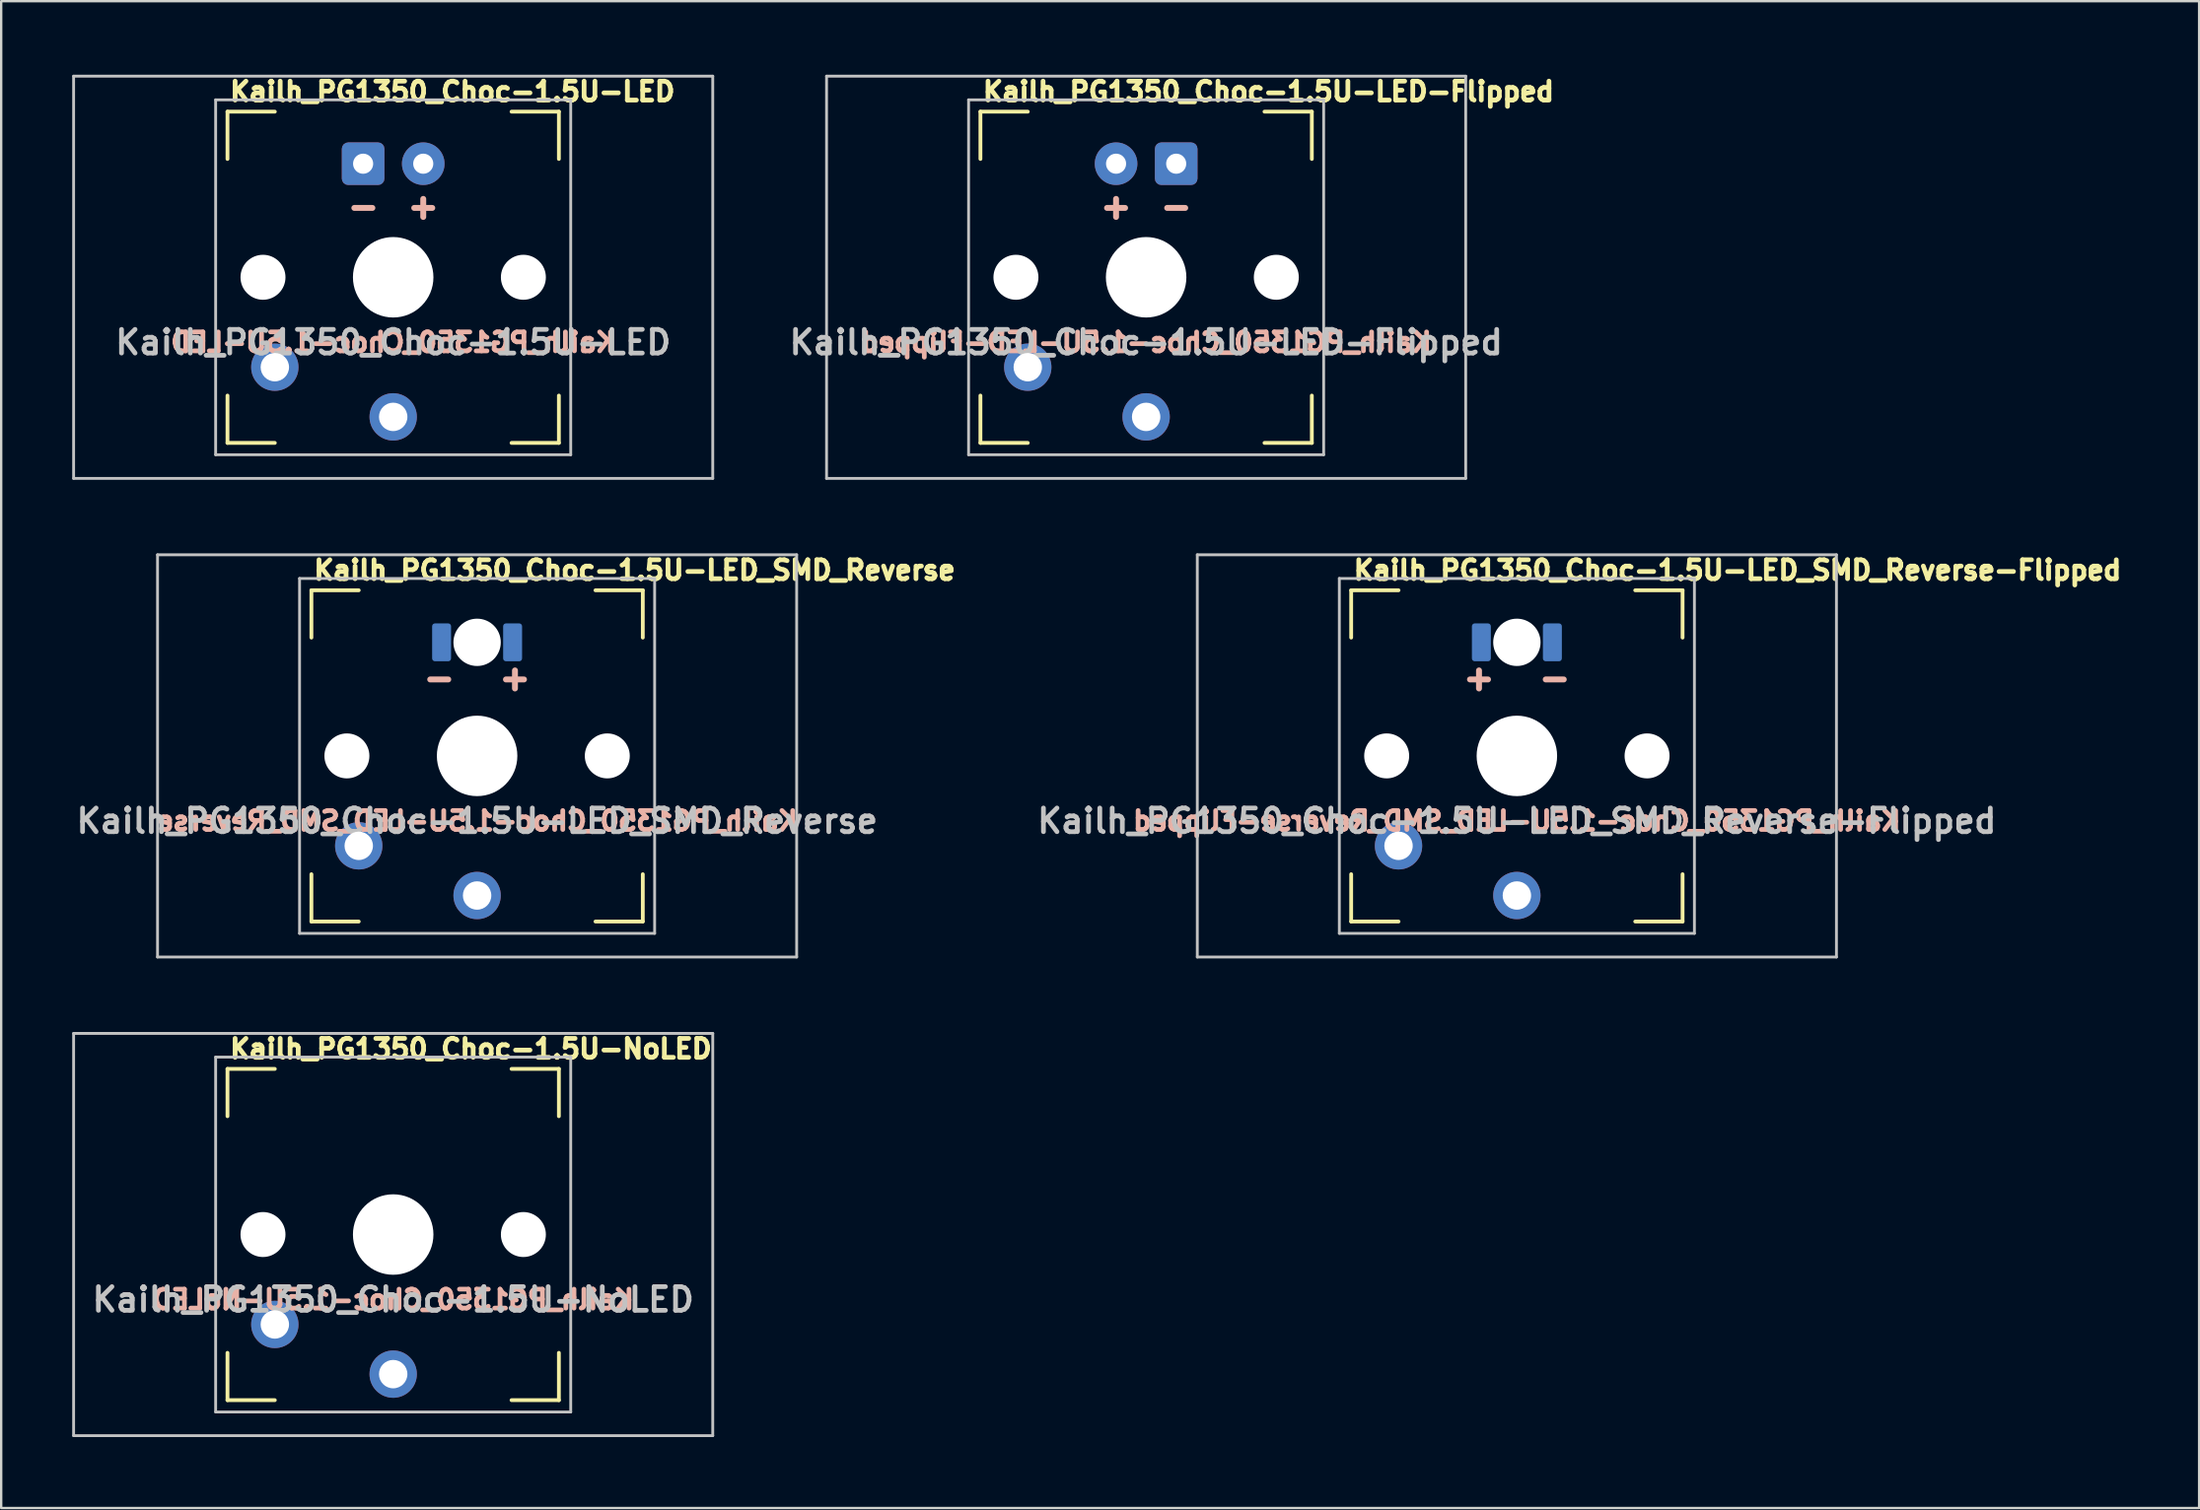
<source format=kicad_pcb>
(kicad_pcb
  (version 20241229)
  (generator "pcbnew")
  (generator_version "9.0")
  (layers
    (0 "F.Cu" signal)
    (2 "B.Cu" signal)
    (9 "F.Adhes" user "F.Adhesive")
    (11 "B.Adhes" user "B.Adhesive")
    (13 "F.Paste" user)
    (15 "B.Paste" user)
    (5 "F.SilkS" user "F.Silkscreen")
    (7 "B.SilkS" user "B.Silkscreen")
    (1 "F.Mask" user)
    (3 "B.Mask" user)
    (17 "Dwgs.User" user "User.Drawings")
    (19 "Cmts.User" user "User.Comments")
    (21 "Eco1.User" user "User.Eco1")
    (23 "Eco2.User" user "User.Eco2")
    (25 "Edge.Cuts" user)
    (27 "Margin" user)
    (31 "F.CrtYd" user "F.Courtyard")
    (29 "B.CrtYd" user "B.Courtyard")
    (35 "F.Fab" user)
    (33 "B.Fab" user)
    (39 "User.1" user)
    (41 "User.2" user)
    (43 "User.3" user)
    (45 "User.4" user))
  (footprint "Kailh_PG1350_Choc-1.5U-LED_SMD_Reverse"
    (layer "F.Cu")
    (at 17.105 28.898)
    (property "Reference" "Kailh_PG1350_Choc-1.5U-LED_SMD_Reverse" (at 0 2.75 180) (layer "Dwgs.User") (effects (font (size 1 1) (thickness 0.2))))
    (attr through_hole)
    (fp_line (start -7 -7) (end -7 -5) (stroke (width 0.16) (type solid)) (layer "F.SilkS"))
    (fp_line (start -7 -7) (end -5 -7) (stroke (width 0.16) (type solid)) (layer "F.SilkS"))
    (fp_line (start -7 7) (end -7 5) (stroke (width 0.16) (type solid)) (layer "F.SilkS"))
    (fp_line (start -5 7) (end -7 7) (stroke (width 0.16) (type solid)) (layer "F.SilkS"))
    (fp_line (start 5 -7) (end 7 -7) (stroke (width 0.16) (type solid)) (layer "F.SilkS"))
    (fp_line (start 7 -7) (end 7 -5) (stroke (width 0.16) (type solid)) (layer "F.SilkS"))
    (fp_line (start 7 5) (end 7 7) (stroke (width 0.16) (type solid)) (layer "F.SilkS"))
    (fp_line (start 7 7) (end 5 7) (stroke (width 0.16) (type solid)) (layer "F.SilkS"))
    (fp_line (start -13.5 -8.5) (end 13.5 -8.5) (stroke (width 0.12) (type solid)) (layer "Dwgs.User"))
    (fp_line (start -13.5 8.5) (end -13.5 -8.5) (stroke (width 0.12) (type solid)) (layer "Dwgs.User"))
    (fp_line (start -7.5 -7.5) (end 7.5 -7.5) (stroke (width 0.12) (type solid)) (layer "Dwgs.User"))
    (fp_line (start -7.5 7.5) (end -7.5 -7.5) (stroke (width 0.12) (type solid)) (layer "Dwgs.User"))
    (fp_line (start 7.5 -7.5) (end 7.5 7.5) (stroke (width 0.12) (type solid)) (layer "Dwgs.User"))
    (fp_line (start 7.5 7.5) (end -7.5 7.5) (stroke (width 0.12) (type solid)) (layer "Dwgs.User"))
    (fp_line (start 13.5 -8.5) (end 13.5 8.5) (stroke (width 0.12) (type solid)) (layer "Dwgs.User"))
    (fp_line (start 13.5 8.5) (end -13.5 8.5) (stroke (width 0.12) (type solid)) (layer "Dwgs.User"))
    (fp_line (start -7 -7) (end 7 -7) (stroke (width 0.12) (type solid)) (layer "Eco1.User"))
    (fp_line (start -7 7) (end -7 -7) (stroke (width 0.12) (type solid)) (layer "Eco1.User"))
    (fp_line (start 7 -7) (end 7 7) (stroke (width 0.12) (type solid)) (layer "Eco1.User"))
    (fp_line (start 7 7) (end -7 7) (stroke (width 0.12) (type solid)) (layer "Eco1.User"))
    (fp_text user "${REFERENCE}" (at -7 -7.85 0) (layer "F.SilkS") (effects (font (size 0.8 0.8) (thickness 0.2)) (justify left)))
    (fp_text user "${REFERENCE}" (at 0 2.75 0) (layer "B.SilkS") (effects (font (size 0.8 0.8) (thickness 0.2)) (justify mirror)))
    (fp_text user "+" (at 1.6 -3.3 180) (layer "B.SilkS") (effects (font (size 1 1) (thickness 0.25)) (justify mirror)))
    (fp_text user "-" (at -1.6 -3.3 180) (layer "B.SilkS") (effects (font (size 1 1) (thickness 0.25)) (justify mirror)))
    (pad "" np_thru_hole circle (at -5.5 0) (size 1.9 1.9) (drill 1.9) (layers "*.Cu" "*.Mask"))
    (pad "" np_thru_hole circle (at 0 -4.8) (size 2 2) (drill 2) (layers "*.Cu" "*.Mask"))
    (pad "" np_thru_hole circle (at 0 0) (size 3.4 3.4) (drill 3.4) (layers "*.Cu" "*.Mask"))
    (pad "" np_thru_hole circle (at 5.5 0) (size 1.9 1.9) (drill 1.9) (layers "*.Cu" "*.Mask"))
    (pad "1" thru_hole circle (at 0 5.9 180) (size 2 2) (drill 1.2) (layers "*.Cu" "B.Mask"))
    (pad "2" thru_hole circle (at -5 3.8 41.9) (size 2 2) (drill 1.2) (layers "*.Cu" "B.Mask"))
    (pad "3" smd roundrect (at 1.5 -4.8 180) (size 0.8 1.6) (layers "B.Cu" "B.Mask" "B.Paste") (roundrect_rratio 0.15))
    (pad "4" smd roundrect (at -1.5 -4.8 180) (size 0.8 1.6) (layers "B.Cu" "B.Mask" "B.Paste") (roundrect_rratio 0.15)))
  (footprint "Kailh_PG1350_Choc-1.5U-LED-Flipped"
    (layer "F.Cu")
    (at 45.368 8.669)
    (property "Reference" "Kailh_PG1350_Choc-1.5U-LED-Flipped" (at 0 2.75 180) (layer "Dwgs.User") (effects (font (size 1 1) (thickness 0.2))))
    (attr through_hole)
    (fp_line (start -7 -7) (end -7 -5) (stroke (width 0.16) (type solid)) (layer "F.SilkS"))
    (fp_line (start -7 -7) (end -5 -7) (stroke (width 0.16) (type solid)) (layer "F.SilkS"))
    (fp_line (start -7 7) (end -7 5) (stroke (width 0.16) (type solid)) (layer "F.SilkS"))
    (fp_line (start -5 7) (end -7 7) (stroke (width 0.16) (type solid)) (layer "F.SilkS"))
    (fp_line (start 5 -7) (end 7 -7) (stroke (width 0.16) (type solid)) (layer "F.SilkS"))
    (fp_line (start 7 -7) (end 7 -5) (stroke (width 0.16) (type solid)) (layer "F.SilkS"))
    (fp_line (start 7 5) (end 7 7) (stroke (width 0.16) (type solid)) (layer "F.SilkS"))
    (fp_line (start 7 7) (end 5 7) (stroke (width 0.16) (type solid)) (layer "F.SilkS"))
    (fp_line (start -13.5 -8.5) (end 13.5 -8.5) (stroke (width 0.12) (type solid)) (layer "Dwgs.User"))
    (fp_line (start -13.5 8.5) (end -13.5 -8.5) (stroke (width 0.12) (type solid)) (layer "Dwgs.User"))
    (fp_line (start -7.5 -7.5) (end 7.5 -7.5) (stroke (width 0.12) (type solid)) (layer "Dwgs.User"))
    (fp_line (start -7.5 7.5) (end -7.5 -7.5) (stroke (width 0.12) (type solid)) (layer "Dwgs.User"))
    (fp_line (start 7.5 -7.5) (end 7.5 7.5) (stroke (width 0.12) (type solid)) (layer "Dwgs.User"))
    (fp_line (start 7.5 7.5) (end -7.5 7.5) (stroke (width 0.12) (type solid)) (layer "Dwgs.User"))
    (fp_line (start 13.5 -8.5) (end 13.5 8.5) (stroke (width 0.12) (type solid)) (layer "Dwgs.User"))
    (fp_line (start 13.5 8.5) (end -13.5 8.5) (stroke (width 0.12) (type solid)) (layer "Dwgs.User"))
    (fp_line (start -7 -7) (end 7 -7) (stroke (width 0.12) (type solid)) (layer "Eco1.User"))
    (fp_line (start -7 7) (end -7 -7) (stroke (width 0.12) (type solid)) (layer "Eco1.User"))
    (fp_line (start 7 -7) (end 7 7) (stroke (width 0.12) (type solid)) (layer "Eco1.User"))
    (fp_line (start 7 7) (end -7 7) (stroke (width 0.12) (type solid)) (layer "Eco1.User"))
    (fp_text user "${REFERENCE}" (at -7 -7.85 0) (layer "F.SilkS") (effects (font (size 0.8 0.8) (thickness 0.2)) (justify left)))
    (fp_text user "+" (at -1.27 -3 180) (layer "B.SilkS") (effects (font (size 1 1) (thickness 0.25)) (justify mirror)))
    (fp_text user "-" (at 1.27 -3 180) (layer "B.SilkS") (effects (font (size 1 1) (thickness 0.25)) (justify mirror)))
    (fp_text user "${REFERENCE}" (at 0 2.75 0) (layer "B.SilkS") (effects (font (size 0.8 0.8) (thickness 0.2)) (justify mirror)))
    (pad "" np_thru_hole circle (at -5.5 0) (size 1.9 1.9) (drill 1.9) (layers "*.Cu" "*.Mask"))
    (pad "" np_thru_hole circle (at 0 0) (size 3.4 3.4) (drill 3.4) (layers "*.Cu" "*.Mask"))
    (pad "" np_thru_hole circle (at 5.5 0) (size 1.9 1.9) (drill 1.9) (layers "*.Cu" "*.Mask"))
    (pad "1" thru_hole circle (at -5 3.8 41.9) (size 2 2) (drill 1.2) (layers "*.Cu" "B.Mask"))
    (pad "2" thru_hole circle (at 0 5.9 180) (size 2 2) (drill 1.2) (layers "*.Cu" "B.Mask"))
    (pad "3" thru_hole circle (at -1.27 -4.8 180) (size 1.8 1.8) (drill 0.85) (layers "*.Cu" "B.Mask"))
    (pad "4" thru_hole roundrect (at 1.27 -4.8 180) (size 1.8 1.8) (drill 0.85) (layers "*.Cu" "B.Mask") (roundrect_rratio 0.15)))
  (footprint "Kailh_PG1350_Choc-1.5U-LED"
    (layer "F.Cu")
    (at 13.56 8.669)
    (property "Reference" "Kailh_PG1350_Choc-1.5U-LED" (at 0 2.75 180) (layer "Dwgs.User") (effects (font (size 1 1) (thickness 0.2))))
    (attr through_hole)
    (fp_line (start -7 -7) (end -7 -5) (stroke (width 0.16) (type solid)) (layer "F.SilkS"))
    (fp_line (start -7 -7) (end -5 -7) (stroke (width 0.16) (type solid)) (layer "F.SilkS"))
    (fp_line (start -7 7) (end -7 5) (stroke (width 0.16) (type solid)) (layer "F.SilkS"))
    (fp_line (start -5 7) (end -7 7) (stroke (width 0.16) (type solid)) (layer "F.SilkS"))
    (fp_line (start 5 -7) (end 7 -7) (stroke (width 0.16) (type solid)) (layer "F.SilkS"))
    (fp_line (start 7 -7) (end 7 -5) (stroke (width 0.16) (type solid)) (layer "F.SilkS"))
    (fp_line (start 7 5) (end 7 7) (stroke (width 0.16) (type solid)) (layer "F.SilkS"))
    (fp_line (start 7 7) (end 5 7) (stroke (width 0.16) (type solid)) (layer "F.SilkS"))
    (fp_line (start -13.5 -8.5) (end 13.5 -8.5) (stroke (width 0.12) (type solid)) (layer "Dwgs.User"))
    (fp_line (start -13.5 8.5) (end -13.5 -8.5) (stroke (width 0.12) (type solid)) (layer "Dwgs.User"))
    (fp_line (start -7.5 -7.5) (end 7.5 -7.5) (stroke (width 0.12) (type solid)) (layer "Dwgs.User"))
    (fp_line (start -7.5 7.5) (end -7.5 -7.5) (stroke (width 0.12) (type solid)) (layer "Dwgs.User"))
    (fp_line (start 7.5 -7.5) (end 7.5 7.5) (stroke (width 0.12) (type solid)) (layer "Dwgs.User"))
    (fp_line (start 7.5 7.5) (end -7.5 7.5) (stroke (width 0.12) (type solid)) (layer "Dwgs.User"))
    (fp_line (start 13.5 -8.5) (end 13.5 8.5) (stroke (width 0.12) (type solid)) (layer "Dwgs.User"))
    (fp_line (start 13.5 8.5) (end -13.5 8.5) (stroke (width 0.12) (type solid)) (layer "Dwgs.User"))
    (fp_line (start -7 -7) (end 7 -7) (stroke (width 0.12) (type solid)) (layer "Eco1.User"))
    (fp_line (start -7 7) (end -7 -7) (stroke (width 0.12) (type solid)) (layer "Eco1.User"))
    (fp_line (start 7 -7) (end 7 7) (stroke (width 0.12) (type solid)) (layer "Eco1.User"))
    (fp_line (start 7 7) (end -7 7) (stroke (width 0.12) (type solid)) (layer "Eco1.User"))
    (fp_text user "${REFERENCE}" (at -7 -7.85 0) (layer "F.SilkS") (effects (font (size 0.8 0.8) (thickness 0.2)) (justify left)))
    (fp_text user "-" (at -1.26 -3 180) (layer "B.SilkS") (effects (font (size 1 1) (thickness 0.25)) (justify mirror)))
    (fp_text user "+" (at 1.27 -3 180) (layer "B.SilkS") (effects (font (size 1 1) (thickness 0.25)) (justify mirror)))
    (fp_text user "${REFERENCE}" (at 0 2.75 0) (layer "B.SilkS") (effects (font (size 0.8 0.8) (thickness 0.2)) (justify mirror)))
    (pad "" np_thru_hole circle (at -5.5 0) (size 1.9 1.9) (drill 1.9) (layers "*.Cu" "*.Mask"))
    (pad "" np_thru_hole circle (at 0 0) (size 3.4 3.4) (drill 3.4) (layers "*.Cu" "*.Mask"))
    (pad "" np_thru_hole circle (at 5.5 0) (size 1.9 1.9) (drill 1.9) (layers "*.Cu" "*.Mask"))
    (pad "1" thru_hole circle (at 0 5.9 180) (size 2 2) (drill 1.2) (layers "*.Cu" "B.Mask"))
    (pad "2" thru_hole circle (at -5 3.8 41.9) (size 2 2) (drill 1.2) (layers "*.Cu" "B.Mask"))
    (pad "3" thru_hole circle (at 1.27 -4.8 180) (size 1.8 1.8) (drill 0.85) (layers "*.Cu" "B.Mask"))
    (pad "4" thru_hole roundrect (at -1.27 -4.8 180) (size 1.8 1.8) (drill 0.85) (layers "*.Cu" "B.Mask") (roundrect_rratio 0.15)))
  (footprint "Kailh_PG1350_Choc-1.5U-NoLED"
    (layer "F.Cu")
    (at 13.56 49.127)
    (property "Reference" "Kailh_PG1350_Choc-1.5U-NoLED" (at 0 2.75 180) (layer "Dwgs.User") (effects (font (size 1 1) (thickness 0.2))))
    (attr through_hole)
    (fp_line (start -7 -7) (end -7 -5) (stroke (width 0.16) (type solid)) (layer "F.SilkS"))
    (fp_line (start -7 -7) (end -5 -7) (stroke (width 0.16) (type solid)) (layer "F.SilkS"))
    (fp_line (start -7 7) (end -7 5) (stroke (width 0.16) (type solid)) (layer "F.SilkS"))
    (fp_line (start -5 7) (end -7 7) (stroke (width 0.16) (type solid)) (layer "F.SilkS"))
    (fp_line (start 5 -7) (end 7 -7) (stroke (width 0.16) (type solid)) (layer "F.SilkS"))
    (fp_line (start 7 -7) (end 7 -5) (stroke (width 0.16) (type solid)) (layer "F.SilkS"))
    (fp_line (start 7 5) (end 7 7) (stroke (width 0.16) (type solid)) (layer "F.SilkS"))
    (fp_line (start 7 7) (end 5 7) (stroke (width 0.16) (type solid)) (layer "F.SilkS"))
    (fp_line (start -13.5 -8.5) (end 13.5 -8.5) (stroke (width 0.12) (type solid)) (layer "Dwgs.User"))
    (fp_line (start -13.5 8.5) (end -13.5 -8.5) (stroke (width 0.12) (type solid)) (layer "Dwgs.User"))
    (fp_line (start -7.5 -7.5) (end 7.5 -7.5) (stroke (width 0.12) (type solid)) (layer "Dwgs.User"))
    (fp_line (start -7.5 7.5) (end -7.5 -7.5) (stroke (width 0.12) (type solid)) (layer "Dwgs.User"))
    (fp_line (start 7.5 -7.5) (end 7.5 7.5) (stroke (width 0.12) (type solid)) (layer "Dwgs.User"))
    (fp_line (start 7.5 7.5) (end -7.5 7.5) (stroke (width 0.12) (type solid)) (layer "Dwgs.User"))
    (fp_line (start 13.5 -8.5) (end 13.5 8.5) (stroke (width 0.12) (type solid)) (layer "Dwgs.User"))
    (fp_line (start 13.5 8.5) (end -13.5 8.5) (stroke (width 0.12) (type solid)) (layer "Dwgs.User"))
    (fp_line (start -7 -7) (end 7 -7) (stroke (width 0.12) (type solid)) (layer "Eco1.User"))
    (fp_line (start -7 7) (end -7 -7) (stroke (width 0.12) (type solid)) (layer "Eco1.User"))
    (fp_line (start 7 -7) (end 7 7) (stroke (width 0.12) (type solid)) (layer "Eco1.User"))
    (fp_line (start 7 7) (end -7 7) (stroke (width 0.12) (type solid)) (layer "Eco1.User"))
    (fp_text user "${REFERENCE}" (at -7 -7.85 0) (layer "F.SilkS") (effects (font (size 0.8 0.8) (thickness 0.2)) (justify left)))
    (fp_text user "${REFERENCE}" (at 0 2.75 0) (layer "B.SilkS") (effects (font (size 0.8 0.8) (thickness 0.2)) (justify mirror)))
    (pad "" np_thru_hole circle (at -5.5 0) (size 1.9 1.9) (drill 1.9) (layers "*.Cu" "*.Mask"))
    (pad "" np_thru_hole circle (at 0 0) (size 3.4 3.4) (drill 3.4) (layers "*.Cu" "*.Mask"))
    (pad "" np_thru_hole circle (at 5.5 0) (size 1.9 1.9) (drill 1.9) (layers "*.Cu" "*.Mask"))
    (pad "1" thru_hole circle (at 0 5.9 180) (size 2 2) (drill 1.2) (layers "*.Cu" "B.Mask"))
    (pad "2" thru_hole circle (at -5 3.8 41.9) (size 2 2) (drill 1.2) (layers "*.Cu" "B.Mask")))
  (footprint "Kailh_PG1350_Choc-1.5U-LED_SMD_Reverse-Flipped"
    (layer "F.Cu")
    (at 61.03 28.898)
    (property "Reference" "Kailh_PG1350_Choc-1.5U-LED_SMD_Reverse-Flipped" (at 0 2.75 180) (layer "Dwgs.User") (effects (font (size 1 1) (thickness 0.2))))
    (attr through_hole)
    (fp_line (start -7 -7) (end -7 -5) (stroke (width 0.16) (type solid)) (layer "F.SilkS"))
    (fp_line (start -7 -7) (end -5 -7) (stroke (width 0.16) (type solid)) (layer "F.SilkS"))
    (fp_line (start -7 7) (end -7 5) (stroke (width 0.16) (type solid)) (layer "F.SilkS"))
    (fp_line (start -5 7) (end -7 7) (stroke (width 0.16) (type solid)) (layer "F.SilkS"))
    (fp_line (start 5 -7) (end 7 -7) (stroke (width 0.16) (type solid)) (layer "F.SilkS"))
    (fp_line (start 7 -7) (end 7 -5) (stroke (width 0.16) (type solid)) (layer "F.SilkS"))
    (fp_line (start 7 5) (end 7 7) (stroke (width 0.16) (type solid)) (layer "F.SilkS"))
    (fp_line (start 7 7) (end 5 7) (stroke (width 0.16) (type solid)) (layer "F.SilkS"))
    (fp_line (start -13.5 -8.5) (end 13.5 -8.5) (stroke (width 0.12) (type solid)) (layer "Dwgs.User"))
    (fp_line (start -13.5 8.5) (end -13.5 -8.5) (stroke (width 0.12) (type solid)) (layer "Dwgs.User"))
    (fp_line (start -7.5 -7.5) (end 7.5 -7.5) (stroke (width 0.12) (type solid)) (layer "Dwgs.User"))
    (fp_line (start -7.5 7.5) (end -7.5 -7.5) (stroke (width 0.12) (type solid)) (layer "Dwgs.User"))
    (fp_line (start 7.5 -7.5) (end 7.5 7.5) (stroke (width 0.12) (type solid)) (layer "Dwgs.User"))
    (fp_line (start 7.5 7.5) (end -7.5 7.5) (stroke (width 0.12) (type solid)) (layer "Dwgs.User"))
    (fp_line (start 13.5 -8.5) (end 13.5 8.5) (stroke (width 0.12) (type solid)) (layer "Dwgs.User"))
    (fp_line (start 13.5 8.5) (end -13.5 8.5) (stroke (width 0.12) (type solid)) (layer "Dwgs.User"))
    (fp_line (start -7 -7) (end 7 -7) (stroke (width 0.12) (type solid)) (layer "Eco1.User"))
    (fp_line (start -7 7) (end -7 -7) (stroke (width 0.12) (type solid)) (layer "Eco1.User"))
    (fp_line (start 7 -7) (end 7 7) (stroke (width 0.12) (type solid)) (layer "Eco1.User"))
    (fp_line (start 7 7) (end -7 7) (stroke (width 0.12) (type solid)) (layer "Eco1.User"))
    (fp_text user "${REFERENCE}" (at -7 -7.85 0) (layer "F.SilkS") (effects (font (size 0.8 0.8) (thickness 0.2)) (justify left)))
    (fp_text user "${REFERENCE}" (at 0 2.75 0) (layer "B.SilkS") (effects (font (size 0.8 0.8) (thickness 0.2)) (justify mirror)))
    (fp_text user "+" (at -1.6 -3.3 180) (layer "B.SilkS") (effects (font (size 1 1) (thickness 0.25)) (justify mirror)))
    (fp_text user "-" (at 1.6 -3.3 180) (layer "B.SilkS") (effects (font (size 1 1) (thickness 0.25)) (justify mirror)))
    (pad "" np_thru_hole circle (at -5.5 0) (size 1.9 1.9) (drill 1.9) (layers "*.Cu" "*.Mask"))
    (pad "" np_thru_hole circle (at 0 -4.8) (size 2 2) (drill 2) (layers "*.Cu" "*.Mask"))
    (pad "" np_thru_hole circle (at 0 0) (size 3.4 3.4) (drill 3.4) (layers "*.Cu" "*.Mask"))
    (pad "" np_thru_hole circle (at 5.5 0) (size 1.9 1.9) (drill 1.9) (layers "*.Cu" "*.Mask"))
    (pad "1" thru_hole circle (at 0 5.9 180) (size 2 2) (drill 1.2) (layers "*.Cu" "B.Mask"))
    (pad "2" thru_hole circle (at -5 3.8 41.9) (size 2 2) (drill 1.2) (layers "*.Cu" "B.Mask"))
    (pad "3" smd roundrect (at -1.5 -4.8 180) (size 0.8 1.6) (layers "B.Cu" "B.Mask" "B.Paste") (roundrect_rratio 0.15))
    (pad "4" smd roundrect (at 1.5 -4.8 180) (size 0.8 1.6) (layers "B.Cu" "B.Mask" "B.Paste") (roundrect_rratio 0.15)))
  (gr_rect
    (start -3 -3)
    (end 89.851 60.687)
    (stroke (width 0.1) (type default))
    (fill no)
    (layer "Edge.Cuts")))
</source>
